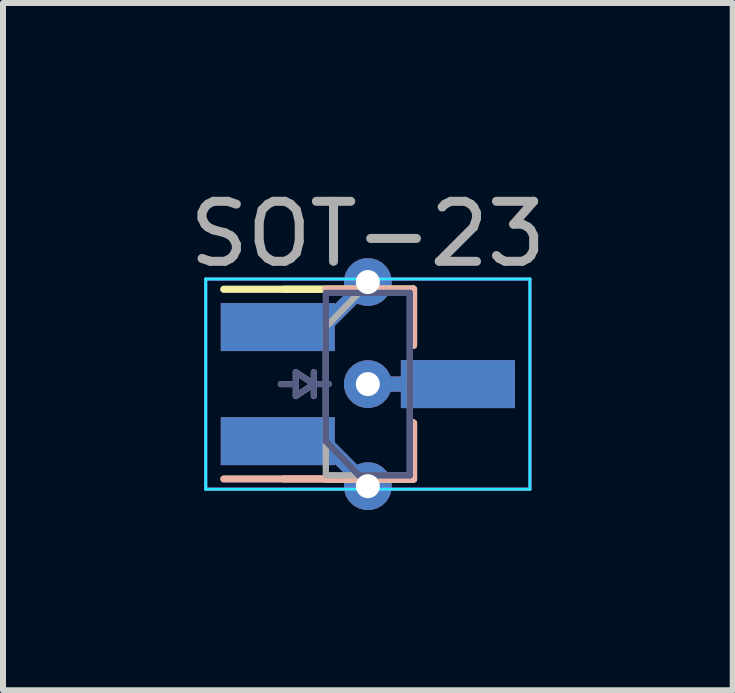
<source format=kicad_pcb>
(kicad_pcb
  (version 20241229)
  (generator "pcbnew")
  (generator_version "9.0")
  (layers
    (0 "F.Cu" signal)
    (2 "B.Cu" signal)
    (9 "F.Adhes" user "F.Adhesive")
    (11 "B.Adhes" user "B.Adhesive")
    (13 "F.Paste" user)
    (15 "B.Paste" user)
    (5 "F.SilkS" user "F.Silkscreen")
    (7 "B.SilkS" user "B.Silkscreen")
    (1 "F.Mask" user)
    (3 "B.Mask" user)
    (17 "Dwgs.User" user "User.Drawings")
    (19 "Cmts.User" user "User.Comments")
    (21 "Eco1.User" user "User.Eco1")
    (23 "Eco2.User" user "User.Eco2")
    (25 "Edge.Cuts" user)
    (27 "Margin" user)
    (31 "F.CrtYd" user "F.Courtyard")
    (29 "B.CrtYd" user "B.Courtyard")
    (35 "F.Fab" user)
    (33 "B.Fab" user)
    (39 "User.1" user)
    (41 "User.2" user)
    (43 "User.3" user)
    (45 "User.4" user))
  (footprint "SOT-23"
    (layer "F.Cu")
    (at 3.077 3.348)
    (property "Reference" "SOT-23" (at 0 -2.5 0) (layer "F.Fab") (effects (font (size 1 1) (thickness 0.15))))
    (attr smd)
    (fp_line (start 0.76 -1.58) (end -2.4 -1.58) (stroke (width 0.12) (type solid)) (layer "F.SilkS"))
    (fp_line (start 0.76 -1.58) (end -1.4 -1.58) (stroke (width 0.12) (type solid)) (layer "F.SilkS"))
    (fp_line (start 0.76 -1.58) (end 0.76 -0.65) (stroke (width 0.12) (type solid)) (layer "F.SilkS"))
    (fp_line (start 0.76 -1.58) (end 0.76 -0.65) (stroke (width 0.12) (type solid)) (layer "F.SilkS"))
    (fp_line (start 0.76 1.58) (end -0.7 1.58) (stroke (width 0.12) (type solid)) (layer "F.SilkS"))
    (fp_line (start 0.76 1.58) (end -0.7 1.58) (stroke (width 0.12) (type solid)) (layer "F.SilkS"))
    (fp_line (start 0.76 1.58) (end 0.76 0.65) (stroke (width 0.12) (type solid)) (layer "F.SilkS"))
    (fp_line (start 0.76 1.58) (end 0.76 0.65) (stroke (width 0.12) (type solid)) (layer "F.SilkS"))
    (fp_line (start 0.76 -1.58) (end -0.7 -1.58) (stroke (width 0.12) (type solid)) (layer "B.SilkS"))
    (fp_line (start 0.76 -1.58) (end -0.7 -1.58) (stroke (width 0.12) (type solid)) (layer "B.SilkS"))
    (fp_line (start 0.76 -1.58) (end 0.76 -0.65) (stroke (width 0.12) (type solid)) (layer "B.SilkS"))
    (fp_line (start 0.76 -1.58) (end 0.76 -0.65) (stroke (width 0.12) (type solid)) (layer "B.SilkS"))
    (fp_line (start 0.76 1.58) (end -2.4 1.58) (stroke (width 0.12) (type solid)) (layer "B.SilkS"))
    (fp_line (start 0.76 1.58) (end -1.4 1.58) (stroke (width 0.12) (type solid)) (layer "B.SilkS"))
    (fp_line (start 0.76 1.58) (end 0.76 0.65) (stroke (width 0.12) (type solid)) (layer "B.SilkS"))
    (fp_line (start 0.76 1.58) (end 0.76 0.65) (stroke (width 0.12) (type solid)) (layer "B.SilkS"))
    (fp_line (start -2.7 -1.75) (end -2.7 1.75) (stroke (width 0.05) (type solid)) (layer "B.CrtYd"))
    (fp_line (start -2.7 1.75) (end 2.7 1.75) (stroke (width 0.05) (type solid)) (layer "B.CrtYd"))
    (fp_line (start 2.7 -1.75) (end -2.7 -1.75) (stroke (width 0.05) (type solid)) (layer "B.CrtYd"))
    (fp_line (start 2.7 1.75) (end 2.7 -1.75) (stroke (width 0.05) (type solid)) (layer "B.CrtYd"))
    (fp_line (start -2.7 -1.75) (end 2.7 -1.75) (stroke (width 0.05) (type solid)) (layer "F.CrtYd"))
    (fp_line (start -2.7 1.75) (end -2.7 -1.75) (stroke (width 0.05) (type solid)) (layer "F.CrtYd"))
    (fp_line (start 2.7 -1.75) (end 2.7 1.75) (stroke (width 0.05) (type solid)) (layer "F.CrtYd"))
    (fp_line (start 2.7 1.75) (end -2.7 1.75) (stroke (width 0.05) (type solid)) (layer "F.CrtYd"))
    (fp_line (start -1.2 -0.2) (end -0.9 0) (stroke (width 0.1) (type solid)) (layer "B.Fab"))
    (fp_line (start -1.2 0) (end -1.45 0) (stroke (width 0.1) (type solid)) (layer "B.Fab"))
    (fp_line (start -1.2 0.2) (end -1.2 -0.2) (stroke (width 0.1) (type solid)) (layer "B.Fab"))
    (fp_line (start -0.9 0) (end -1.2 0.2) (stroke (width 0.1) (type solid)) (layer "B.Fab"))
    (fp_line (start -0.9 0) (end -0.65 0) (stroke (width 0.1) (type solid)) (layer "B.Fab"))
    (fp_line (start -0.9 0.2) (end -0.9 -0.2) (stroke (width 0.1) (type solid)) (layer "B.Fab"))
    (fp_line (start -0.7 -1.52) (end 0.7 -1.52) (stroke (width 0.1) (type solid)) (layer "B.Fab"))
    (fp_line (start -0.7 -1.52) (end 0.7 -1.52) (stroke (width 0.1) (type solid)) (layer "B.Fab"))
    (fp_line (start -0.7 0.95) (end -0.7 -1.5) (stroke (width 0.1) (type solid)) (layer "B.Fab"))
    (fp_line (start -0.7 0.95) (end -0.7 -1.5) (stroke (width 0.1) (type solid)) (layer "B.Fab"))
    (fp_line (start -0.7 0.95) (end -0.15 1.52) (stroke (width 0.1) (type solid)) (layer "B.Fab"))
    (fp_line (start -0.7 0.95) (end -0.15 1.52) (stroke (width 0.1) (type solid)) (layer "B.Fab"))
    (fp_line (start -0.15 1.52) (end 0.7 1.52) (stroke (width 0.1) (type solid)) (layer "B.Fab"))
    (fp_line (start -0.15 1.52) (end 0.7 1.52) (stroke (width 0.1) (type solid)) (layer "B.Fab"))
    (fp_line (start 0.7 1.52) (end 0.7 -1.52) (stroke (width 0.1) (type solid)) (layer "B.Fab"))
    (fp_line (start 0.7 1.52) (end 0.7 -1.52) (stroke (width 0.1) (type solid)) (layer "B.Fab"))
    (fp_line (start -1.2 -0.2) (end -1.2 0.2) (stroke (width 0.1) (type solid)) (layer "F.Fab"))
    (fp_line (start -1.2 0) (end -1.45 0) (stroke (width 0.1) (type solid)) (layer "F.Fab"))
    (fp_line (start -1.2 0.2) (end -0.9 0) (stroke (width 0.1) (type solid)) (layer "F.Fab"))
    (fp_line (start -0.9 -0.2) (end -0.9 0.2) (stroke (width 0.1) (type solid)) (layer "F.Fab"))
    (fp_line (start -0.9 0) (end -1.2 -0.2) (stroke (width 0.1) (type solid)) (layer "F.Fab"))
    (fp_line (start -0.9 0) (end -0.65 0) (stroke (width 0.1) (type solid)) (layer "F.Fab"))
    (fp_line (start -0.7 -0.95) (end -0.7 1.5) (stroke (width 0.1) (type solid)) (layer "F.Fab"))
    (fp_line (start -0.7 -0.95) (end -0.7 1.5) (stroke (width 0.1) (type solid)) (layer "F.Fab"))
    (fp_line (start -0.7 -0.95) (end -0.15 -1.52) (stroke (width 0.1) (type solid)) (layer "F.Fab"))
    (fp_line (start -0.7 -0.95) (end -0.15 -1.52) (stroke (width 0.1) (type solid)) (layer "F.Fab"))
    (fp_line (start -0.7 1.52) (end 0.7 1.52) (stroke (width 0.1) (type solid)) (layer "F.Fab"))
    (fp_line (start -0.7 1.52) (end 0.7 1.52) (stroke (width 0.1) (type solid)) (layer "F.Fab"))
    (fp_line (start -0.15 -1.52) (end 0.7 -1.52) (stroke (width 0.1) (type solid)) (layer "F.Fab"))
    (fp_line (start -0.15 -1.52) (end 0.7 -1.52) (stroke (width 0.1) (type solid)) (layer "F.Fab"))
    (fp_line (start 0.7 -1.52) (end 0.7 1.52) (stroke (width 0.1) (type solid)) (layer "F.Fab"))
    (fp_line (start 0.7 -1.52) (end 0.7 1.52) (stroke (width 0.1) (type solid)) (layer "F.Fab"))
    (pad "1" smd rect (at -1.5 -0.95) (size 1.9 0.8) (layers "F.Cu" "F.Mask" "F.Paste"))
    (pad "1" smd rect (at -1.5 -0.95 180) (size 1.9 0.8) (layers "B.Cu" "B.Mask" "B.Paste"))
    (pad "1" thru_hole custom (at 0 -1.7 270) (size 0.8 0.8) (drill 0.4) (layers "*.Cu") (options (anchor circle)) (primitives (gr_line (start 0.75 0.75) (end 0 0) (width 0.254))))
    (pad "2" smd rect (at -1.5 0.95) (size 1.9 0.8) (layers "F.Cu" "F.Mask" "F.Paste"))
    (pad "2" smd rect (at -1.5 0.95 180) (size 1.9 0.8) (layers "B.Cu" "B.Mask" "B.Paste"))
    (pad "2" thru_hole custom (at 0 1.7 90) (size 0.8 0.8) (drill 0.4) (layers "*.Cu") (options (anchor circle)) (primitives (gr_line (start 0.75 -0.75) (end 0 0) (width 0.254))))
    (pad "3" thru_hole custom (at 0 0 180) (size 0.8 0.8) (drill 0.4) (layers "*.Cu") (options (anchor circle)) (primitives (gr_line (start 0 0) (end -1.15 0) (width 0.254))))
    (pad "3" smd rect (at 1.5 0) (size 1.9 0.8) (layers "F.Cu" "F.Mask" "F.Paste"))
    (pad "3" smd rect (at 1.5 0 180) (size 1.9 0.8) (layers "B.Cu" "B.Mask" "B.Paste")))
  (gr_rect
    (start -3 -3)
    (end 9.155 8.448)
    (stroke (width 0.1) (type default))
    (fill no)
    (layer "Edge.Cuts")))
</source>
